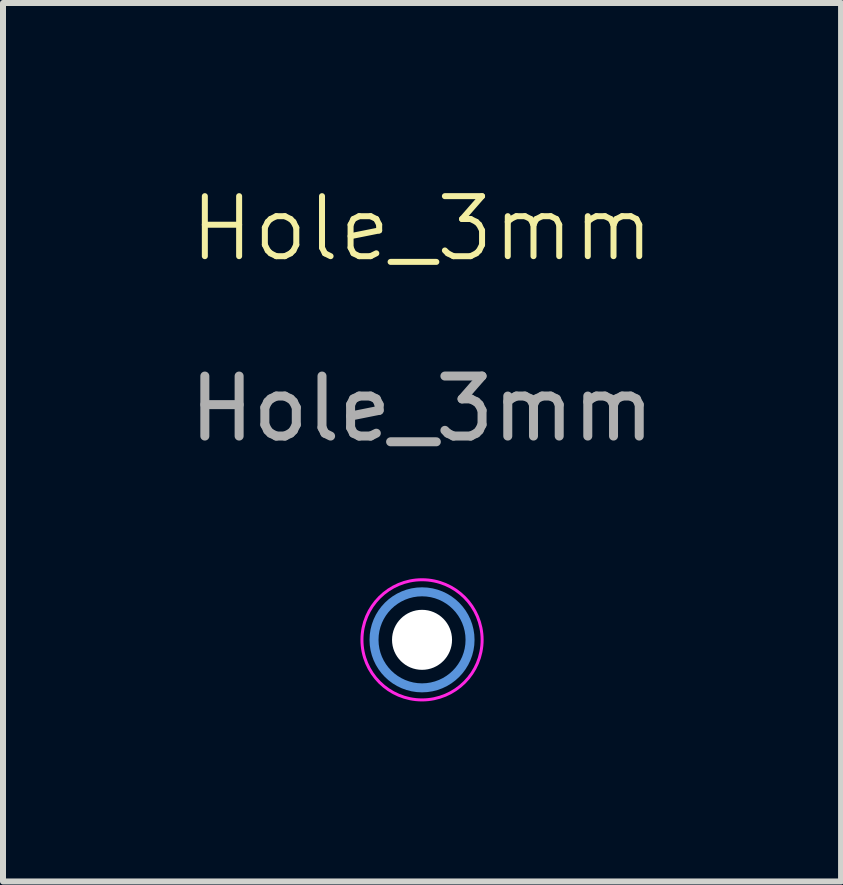
<source format=kicad_pcb>
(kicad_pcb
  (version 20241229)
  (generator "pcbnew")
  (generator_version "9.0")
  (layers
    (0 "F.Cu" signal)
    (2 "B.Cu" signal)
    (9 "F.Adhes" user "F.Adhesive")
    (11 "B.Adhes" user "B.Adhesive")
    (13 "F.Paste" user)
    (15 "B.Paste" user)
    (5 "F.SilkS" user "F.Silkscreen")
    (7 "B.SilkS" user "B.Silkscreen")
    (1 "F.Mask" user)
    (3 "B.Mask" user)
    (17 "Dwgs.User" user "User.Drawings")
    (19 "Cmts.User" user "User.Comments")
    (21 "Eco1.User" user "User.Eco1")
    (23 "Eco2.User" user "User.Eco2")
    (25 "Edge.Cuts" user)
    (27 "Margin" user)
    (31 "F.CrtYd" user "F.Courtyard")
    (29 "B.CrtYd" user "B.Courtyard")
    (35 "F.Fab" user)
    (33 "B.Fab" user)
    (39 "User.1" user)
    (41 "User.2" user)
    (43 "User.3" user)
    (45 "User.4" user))
  (footprint "Hole_3mm"
    (layer "F.Cu")
    (at 3.982 7.561)
    (property "Reference" "Hole_3mm" (at 0 -6.8 0) (unlocked yes) (layer "F.SilkS") (effects (font (size 1 1) (thickness 0.1))))
    (attr smd)
    (fp_circle (center 0 0.05) (end 0.8 0.05) (stroke (width 0.15) (type solid)) (fill no) (layer "Cmts.User"))
    (fp_circle (center 0 0.05) (end 1 0) (stroke (width 0.05) (type solid)) (fill no) (layer "F.CrtYd"))
    (fp_text user "${REFERENCE}" (at 0 -3.8 0) (unlocked yes) (layer "F.Fab") (effects (font (size 1 1) (thickness 0.15))))
    (pad "" np_thru_hole circle (at 0 0.05) (size 1 1) (drill 1) (layers "*.Cu" "*.Mask")))
  (gr_rect
    (start -3 -3)
    (end 10.964 11.637)
    (stroke (width 0.1) (type default))
    (fill no)
    (layer "Edge.Cuts")))
</source>
